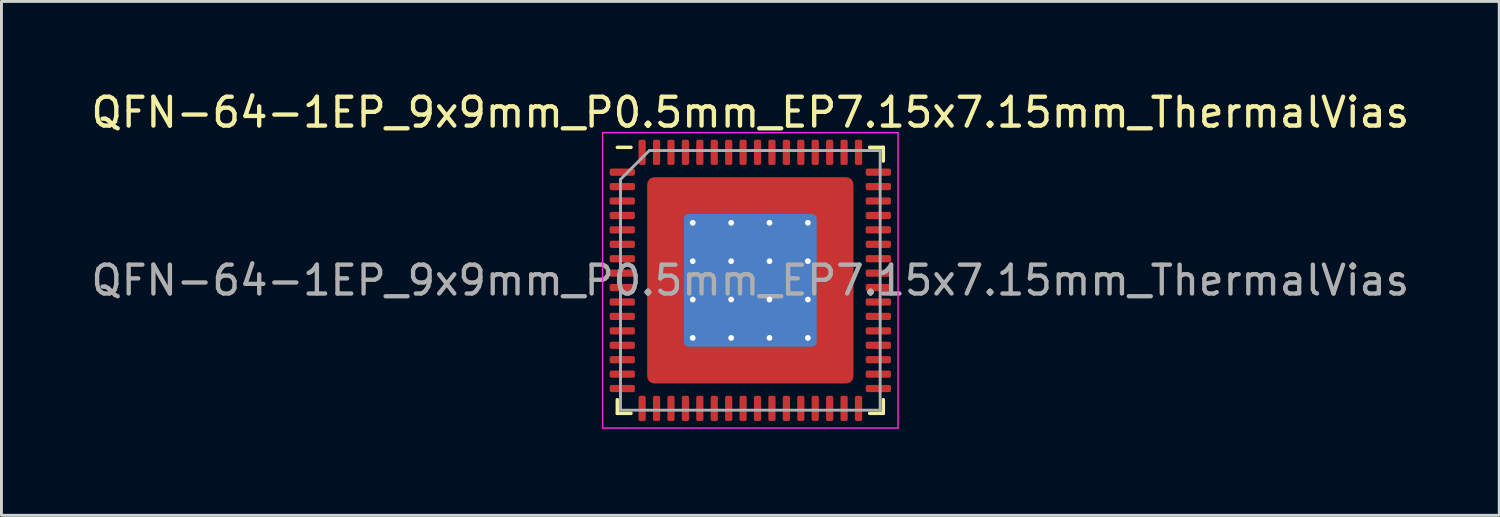
<source format=kicad_pcb>
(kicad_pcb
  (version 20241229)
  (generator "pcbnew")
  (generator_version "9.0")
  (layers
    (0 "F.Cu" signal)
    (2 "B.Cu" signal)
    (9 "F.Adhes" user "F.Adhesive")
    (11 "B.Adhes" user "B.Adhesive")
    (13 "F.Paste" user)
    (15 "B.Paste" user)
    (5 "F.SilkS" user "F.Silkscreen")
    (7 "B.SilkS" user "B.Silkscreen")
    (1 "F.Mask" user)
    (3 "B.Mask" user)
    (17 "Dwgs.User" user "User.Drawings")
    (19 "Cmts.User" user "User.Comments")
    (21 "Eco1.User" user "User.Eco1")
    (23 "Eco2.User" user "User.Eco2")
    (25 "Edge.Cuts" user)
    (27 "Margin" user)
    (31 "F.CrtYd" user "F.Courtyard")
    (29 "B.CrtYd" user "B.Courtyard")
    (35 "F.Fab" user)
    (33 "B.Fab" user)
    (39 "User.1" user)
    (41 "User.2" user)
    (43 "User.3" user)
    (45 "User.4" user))
  (footprint "QFN-64-1EP_9x9mm_P0.5mm_EP7.15x7.15mm_ThermalVias"
    (layer "F.Cu")
    (at 22.958 6.668)
    (property "Reference" "QFN-64-1EP_9x9mm_P0.5mm_EP7.15x7.15mm_ThermalVias" (at 0 -5.82 0) (layer "F.SilkS") (effects (font (size 1 1) (thickness 0.15))))
    (attr smd)
    (fp_line (start -4.61 4.61) (end -4.61 4.135) (stroke (width 0.12) (type solid)) (layer "F.SilkS"))
    (fp_line (start -4.135 -4.61) (end -4.61 -4.61) (stroke (width 0.12) (type solid)) (layer "F.SilkS"))
    (fp_line (start -4.135 4.61) (end -4.61 4.61) (stroke (width 0.12) (type solid)) (layer "F.SilkS"))
    (fp_line (start 4.135 -4.61) (end 4.61 -4.61) (stroke (width 0.12) (type solid)) (layer "F.SilkS"))
    (fp_line (start 4.135 4.61) (end 4.61 4.61) (stroke (width 0.12) (type solid)) (layer "F.SilkS"))
    (fp_line (start 4.61 -4.61) (end 4.61 -4.135) (stroke (width 0.12) (type solid)) (layer "F.SilkS"))
    (fp_line (start 4.61 4.61) (end 4.61 4.135) (stroke (width 0.12) (type solid)) (layer "F.SilkS"))
    (fp_line (start -5.12 -5.12) (end -5.12 5.12) (stroke (width 0.05) (type solid)) (layer "F.CrtYd"))
    (fp_line (start -5.12 5.12) (end 5.12 5.12) (stroke (width 0.05) (type solid)) (layer "F.CrtYd"))
    (fp_line (start 5.12 -5.12) (end -5.12 -5.12) (stroke (width 0.05) (type solid)) (layer "F.CrtYd"))
    (fp_line (start 5.12 5.12) (end 5.12 -5.12) (stroke (width 0.05) (type solid)) (layer "F.CrtYd"))
    (fp_line (start -4.5 -3.5) (end -3.5 -4.5) (stroke (width 0.1) (type solid)) (layer "F.Fab"))
    (fp_line (start -4.5 4.5) (end -4.5 -3.5) (stroke (width 0.1) (type solid)) (layer "F.Fab"))
    (fp_line (start -3.5 -4.5) (end 4.5 -4.5) (stroke (width 0.1) (type solid)) (layer "F.Fab"))
    (fp_line (start 4.5 -4.5) (end 4.5 4.5) (stroke (width 0.1) (type solid)) (layer "F.Fab"))
    (fp_line (start 4.5 4.5) (end -4.5 4.5) (stroke (width 0.1) (type solid)) (layer "F.Fab"))
    (fp_text user "${REFERENCE}" (at 0 0 0) (layer "F.Fab") (effects (font (size 1 1) (thickness 0.15))))
    (pad "" smd roundrect (at -2.66 -2.66) (size 1.153 1.153) (layers "F.Paste") (roundrect_rratio 0.217))
    (pad "" smd roundrect (at -2.66 -1.33) (size 1.153 1.153) (layers "F.Paste") (roundrect_rratio 0.217))
    (pad "" smd roundrect (at -2.66 0) (size 1.153 1.153) (layers "F.Paste") (roundrect_rratio 0.217))
    (pad "" smd roundrect (at -2.66 1.33) (size 1.153 1.153) (layers "F.Paste") (roundrect_rratio 0.217))
    (pad "" smd roundrect (at -2.66 2.66) (size 1.153 1.153) (layers "F.Paste") (roundrect_rratio 0.217))
    (pad "" smd roundrect (at -1.33 -2.66) (size 1.153 1.153) (layers "F.Paste") (roundrect_rratio 0.217))
    (pad "" smd roundrect (at -1.33 -1.33) (size 1.153 1.153) (layers "F.Paste") (roundrect_rratio 0.217))
    (pad "" smd roundrect (at -1.33 0) (size 1.153 1.153) (layers "F.Paste") (roundrect_rratio 0.217))
    (pad "" smd roundrect (at -1.33 1.33) (size 1.153 1.153) (layers "F.Paste") (roundrect_rratio 0.217))
    (pad "" smd roundrect (at -1.33 2.66) (size 1.153 1.153) (layers "F.Paste") (roundrect_rratio 0.217))
    (pad "" smd roundrect (at 0 -2.66) (size 1.153 1.153) (layers "F.Paste") (roundrect_rratio 0.217))
    (pad "" smd roundrect (at 0 -1.33) (size 1.153 1.153) (layers "F.Paste") (roundrect_rratio 0.217))
    (pad "" smd roundrect (at 0 0) (size 1.153 1.153) (layers "F.Paste") (roundrect_rratio 0.217))
    (pad "" smd roundrect (at 0 1.33) (size 1.153 1.153) (layers "F.Paste") (roundrect_rratio 0.217))
    (pad "" smd roundrect (at 0 2.66) (size 1.153 1.153) (layers "F.Paste") (roundrect_rratio 0.217))
    (pad "" smd roundrect (at 1.33 -2.66) (size 1.153 1.153) (layers "F.Paste") (roundrect_rratio 0.217))
    (pad "" smd roundrect (at 1.33 -1.33) (size 1.153 1.153) (layers "F.Paste") (roundrect_rratio 0.217))
    (pad "" smd roundrect (at 1.33 0) (size 1.153 1.153) (layers "F.Paste") (roundrect_rratio 0.217))
    (pad "" smd roundrect (at 1.33 1.33) (size 1.153 1.153) (layers "F.Paste") (roundrect_rratio 0.217))
    (pad "" smd roundrect (at 1.33 2.66) (size 1.153 1.153) (layers "F.Paste") (roundrect_rratio 0.217))
    (pad "" smd roundrect (at 2.66 -2.66) (size 1.153 1.153) (layers "F.Paste") (roundrect_rratio 0.217))
    (pad "" smd roundrect (at 2.66 -1.33) (size 1.153 1.153) (layers "F.Paste") (roundrect_rratio 0.217))
    (pad "" smd roundrect (at 2.66 0) (size 1.153 1.153) (layers "F.Paste") (roundrect_rratio 0.217))
    (pad "" smd roundrect (at 2.66 1.33) (size 1.153 1.153) (layers "F.Paste") (roundrect_rratio 0.217))
    (pad "" smd roundrect (at 2.66 2.66) (size 1.153 1.153) (layers "F.Paste") (roundrect_rratio 0.217))
    (pad "1" smd roundrect (at -4.438 -3.75) (size 0.875 0.25) (layers "F.Cu" "F.Mask" "F.Paste") (roundrect_rratio 0.25))
    (pad "2" smd roundrect (at -4.438 -3.25) (size 0.875 0.25) (layers "F.Cu" "F.Mask" "F.Paste") (roundrect_rratio 0.25))
    (pad "3" smd roundrect (at -4.438 -2.75) (size 0.875 0.25) (layers "F.Cu" "F.Mask" "F.Paste") (roundrect_rratio 0.25))
    (pad "4" smd roundrect (at -4.438 -2.25) (size 0.875 0.25) (layers "F.Cu" "F.Mask" "F.Paste") (roundrect_rratio 0.25))
    (pad "5" smd roundrect (at -4.438 -1.75) (size 0.875 0.25) (layers "F.Cu" "F.Mask" "F.Paste") (roundrect_rratio 0.25))
    (pad "6" smd roundrect (at -4.438 -1.25) (size 0.875 0.25) (layers "F.Cu" "F.Mask" "F.Paste") (roundrect_rratio 0.25))
    (pad "7" smd roundrect (at -4.438 -0.75) (size 0.875 0.25) (layers "F.Cu" "F.Mask" "F.Paste") (roundrect_rratio 0.25))
    (pad "8" smd roundrect (at -4.438 -0.25) (size 0.875 0.25) (layers "F.Cu" "F.Mask" "F.Paste") (roundrect_rratio 0.25))
    (pad "9" smd roundrect (at -4.438 0.25) (size 0.875 0.25) (layers "F.Cu" "F.Mask" "F.Paste") (roundrect_rratio 0.25))
    (pad "10" smd roundrect (at -4.438 0.75) (size 0.875 0.25) (layers "F.Cu" "F.Mask" "F.Paste") (roundrect_rratio 0.25))
    (pad "11" smd roundrect (at -4.438 1.25) (size 0.875 0.25) (layers "F.Cu" "F.Mask" "F.Paste") (roundrect_rratio 0.25))
    (pad "12" smd roundrect (at -4.438 1.75) (size 0.875 0.25) (layers "F.Cu" "F.Mask" "F.Paste") (roundrect_rratio 0.25))
    (pad "13" smd roundrect (at -4.438 2.25) (size 0.875 0.25) (layers "F.Cu" "F.Mask" "F.Paste") (roundrect_rratio 0.25))
    (pad "14" smd roundrect (at -4.438 2.75) (size 0.875 0.25) (layers "F.Cu" "F.Mask" "F.Paste") (roundrect_rratio 0.25))
    (pad "15" smd roundrect (at -4.438 3.25) (size 0.875 0.25) (layers "F.Cu" "F.Mask" "F.Paste") (roundrect_rratio 0.25))
    (pad "16" smd roundrect (at -4.438 3.75) (size 0.875 0.25) (layers "F.Cu" "F.Mask" "F.Paste") (roundrect_rratio 0.25))
    (pad "17" smd roundrect (at -3.75 4.438) (size 0.25 0.875) (layers "F.Cu" "F.Mask" "F.Paste") (roundrect_rratio 0.25))
    (pad "18" smd roundrect (at -3.25 4.438) (size 0.25 0.875) (layers "F.Cu" "F.Mask" "F.Paste") (roundrect_rratio 0.25))
    (pad "19" smd roundrect (at -2.75 4.438) (size 0.25 0.875) (layers "F.Cu" "F.Mask" "F.Paste") (roundrect_rratio 0.25))
    (pad "20" smd roundrect (at -2.25 4.438) (size 0.25 0.875) (layers "F.Cu" "F.Mask" "F.Paste") (roundrect_rratio 0.25))
    (pad "21" smd roundrect (at -1.75 4.438) (size 0.25 0.875) (layers "F.Cu" "F.Mask" "F.Paste") (roundrect_rratio 0.25))
    (pad "22" smd roundrect (at -1.25 4.438) (size 0.25 0.875) (layers "F.Cu" "F.Mask" "F.Paste") (roundrect_rratio 0.25))
    (pad "23" smd roundrect (at -0.75 4.438) (size 0.25 0.875) (layers "F.Cu" "F.Mask" "F.Paste") (roundrect_rratio 0.25))
    (pad "24" smd roundrect (at -0.25 4.438) (size 0.25 0.875) (layers "F.Cu" "F.Mask" "F.Paste") (roundrect_rratio 0.25))
    (pad "25" smd roundrect (at 0.25 4.438) (size 0.25 0.875) (layers "F.Cu" "F.Mask" "F.Paste") (roundrect_rratio 0.25))
    (pad "26" smd roundrect (at 0.75 4.438) (size 0.25 0.875) (layers "F.Cu" "F.Mask" "F.Paste") (roundrect_rratio 0.25))
    (pad "27" smd roundrect (at 1.25 4.438) (size 0.25 0.875) (layers "F.Cu" "F.Mask" "F.Paste") (roundrect_rratio 0.25))
    (pad "28" smd roundrect (at 1.75 4.438) (size 0.25 0.875) (layers "F.Cu" "F.Mask" "F.Paste") (roundrect_rratio 0.25))
    (pad "29" smd roundrect (at 2.25 4.438) (size 0.25 0.875) (layers "F.Cu" "F.Mask" "F.Paste") (roundrect_rratio 0.25))
    (pad "30" smd roundrect (at 2.75 4.438) (size 0.25 0.875) (layers "F.Cu" "F.Mask" "F.Paste") (roundrect_rratio 0.25))
    (pad "31" smd roundrect (at 3.25 4.438) (size 0.25 0.875) (layers "F.Cu" "F.Mask" "F.Paste") (roundrect_rratio 0.25))
    (pad "32" smd roundrect (at 3.75 4.438) (size 0.25 0.875) (layers "F.Cu" "F.Mask" "F.Paste") (roundrect_rratio 0.25))
    (pad "33" smd roundrect (at 4.438 3.75) (size 0.875 0.25) (layers "F.Cu" "F.Mask" "F.Paste") (roundrect_rratio 0.25))
    (pad "34" smd roundrect (at 4.438 3.25) (size 0.875 0.25) (layers "F.Cu" "F.Mask" "F.Paste") (roundrect_rratio 0.25))
    (pad "35" smd roundrect (at 4.438 2.75) (size 0.875 0.25) (layers "F.Cu" "F.Mask" "F.Paste") (roundrect_rratio 0.25))
    (pad "36" smd roundrect (at 4.438 2.25) (size 0.875 0.25) (layers "F.Cu" "F.Mask" "F.Paste") (roundrect_rratio 0.25))
    (pad "37" smd roundrect (at 4.438 1.75) (size 0.875 0.25) (layers "F.Cu" "F.Mask" "F.Paste") (roundrect_rratio 0.25))
    (pad "38" smd roundrect (at 4.438 1.25) (size 0.875 0.25) (layers "F.Cu" "F.Mask" "F.Paste") (roundrect_rratio 0.25))
    (pad "39" smd roundrect (at 4.438 0.75) (size 0.875 0.25) (layers "F.Cu" "F.Mask" "F.Paste") (roundrect_rratio 0.25))
    (pad "40" smd roundrect (at 4.438 0.25) (size 0.875 0.25) (layers "F.Cu" "F.Mask" "F.Paste") (roundrect_rratio 0.25))
    (pad "41" smd roundrect (at 4.438 -0.25) (size 0.875 0.25) (layers "F.Cu" "F.Mask" "F.Paste") (roundrect_rratio 0.25))
    (pad "42" smd roundrect (at 4.438 -0.75) (size 0.875 0.25) (layers "F.Cu" "F.Mask" "F.Paste") (roundrect_rratio 0.25))
    (pad "43" smd roundrect (at 4.438 -1.25) (size 0.875 0.25) (layers "F.Cu" "F.Mask" "F.Paste") (roundrect_rratio 0.25))
    (pad "44" smd roundrect (at 4.438 -1.75) (size 0.875 0.25) (layers "F.Cu" "F.Mask" "F.Paste") (roundrect_rratio 0.25))
    (pad "45" smd roundrect (at 4.438 -2.25) (size 0.875 0.25) (layers "F.Cu" "F.Mask" "F.Paste") (roundrect_rratio 0.25))
    (pad "46" smd roundrect (at 4.438 -2.75) (size 0.875 0.25) (layers "F.Cu" "F.Mask" "F.Paste") (roundrect_rratio 0.25))
    (pad "47" smd roundrect (at 4.438 -3.25) (size 0.875 0.25) (layers "F.Cu" "F.Mask" "F.Paste") (roundrect_rratio 0.25))
    (pad "48" smd roundrect (at 4.438 -3.75) (size 0.875 0.25) (layers "F.Cu" "F.Mask" "F.Paste") (roundrect_rratio 0.25))
    (pad "49" smd roundrect (at 3.75 -4.438) (size 0.25 0.875) (layers "F.Cu" "F.Mask" "F.Paste") (roundrect_rratio 0.25))
    (pad "50" smd roundrect (at 3.25 -4.438) (size 0.25 0.875) (layers "F.Cu" "F.Mask" "F.Paste") (roundrect_rratio 0.25))
    (pad "51" smd roundrect (at 2.75 -4.438) (size 0.25 0.875) (layers "F.Cu" "F.Mask" "F.Paste") (roundrect_rratio 0.25))
    (pad "52" smd roundrect (at 2.25 -4.438) (size 0.25 0.875) (layers "F.Cu" "F.Mask" "F.Paste") (roundrect_rratio 0.25))
    (pad "53" smd roundrect (at 1.75 -4.438) (size 0.25 0.875) (layers "F.Cu" "F.Mask" "F.Paste") (roundrect_rratio 0.25))
    (pad "54" smd roundrect (at 1.25 -4.438) (size 0.25 0.875) (layers "F.Cu" "F.Mask" "F.Paste") (roundrect_rratio 0.25))
    (pad "55" smd roundrect (at 0.75 -4.438) (size 0.25 0.875) (layers "F.Cu" "F.Mask" "F.Paste") (roundrect_rratio 0.25))
    (pad "56" smd roundrect (at 0.25 -4.438) (size 0.25 0.875) (layers "F.Cu" "F.Mask" "F.Paste") (roundrect_rratio 0.25))
    (pad "57" smd roundrect (at -0.25 -4.438) (size 0.25 0.875) (layers "F.Cu" "F.Mask" "F.Paste") (roundrect_rratio 0.25))
    (pad "58" smd roundrect (at -0.75 -4.438) (size 0.25 0.875) (layers "F.Cu" "F.Mask" "F.Paste") (roundrect_rratio 0.25))
    (pad "59" smd roundrect (at -1.25 -4.438) (size 0.25 0.875) (layers "F.Cu" "F.Mask" "F.Paste") (roundrect_rratio 0.25))
    (pad "60" smd roundrect (at -1.75 -4.438) (size 0.25 0.875) (layers "F.Cu" "F.Mask" "F.Paste") (roundrect_rratio 0.25))
    (pad "61" smd roundrect (at -2.25 -4.438) (size 0.25 0.875) (layers "F.Cu" "F.Mask" "F.Paste") (roundrect_rratio 0.25))
    (pad "62" smd roundrect (at -2.75 -4.438) (size 0.25 0.875) (layers "F.Cu" "F.Mask" "F.Paste") (roundrect_rratio 0.25))
    (pad "63" smd roundrect (at -3.25 -4.438) (size 0.25 0.875) (layers "F.Cu" "F.Mask" "F.Paste") (roundrect_rratio 0.25))
    (pad "64" smd roundrect (at -3.75 -4.438) (size 0.25 0.875) (layers "F.Cu" "F.Mask" "F.Paste") (roundrect_rratio 0.25))
    (pad "65" thru_hole circle (at -1.995 -1.995) (size 0.5 0.5) (drill 0.2) (layers "*.Cu"))
    (pad "65" thru_hole circle (at -1.995 -0.665) (size 0.5 0.5) (drill 0.2) (layers "*.Cu"))
    (pad "65" thru_hole circle (at -1.995 0.665) (size 0.5 0.5) (drill 0.2) (layers "*.Cu"))
    (pad "65" thru_hole circle (at -1.995 1.995) (size 0.5 0.5) (drill 0.2) (layers "*.Cu"))
    (pad "65" thru_hole circle (at -0.665 -1.995) (size 0.5 0.5) (drill 0.2) (layers "*.Cu"))
    (pad "65" thru_hole circle (at -0.665 -0.665) (size 0.5 0.5) (drill 0.2) (layers "*.Cu"))
    (pad "65" thru_hole circle (at -0.665 0.665) (size 0.5 0.5) (drill 0.2) (layers "*.Cu"))
    (pad "65" thru_hole circle (at -0.665 1.995) (size 0.5 0.5) (drill 0.2) (layers "*.Cu"))
    (pad "65" smd roundrect (at 0 0) (size 4.6 4.6) (layers "B.Cu") (roundrect_rratio 0.035))
    (pad "65" smd roundrect (at 0 0) (size 7.15 7.15) (layers "F.Cu" "F.Mask") (roundrect_rratio 0.035))
    (pad "65" thru_hole circle (at 0.665 -1.995) (size 0.5 0.5) (drill 0.2) (layers "*.Cu"))
    (pad "65" thru_hole circle (at 0.665 -0.665) (size 0.5 0.5) (drill 0.2) (layers "*.Cu"))
    (pad "65" thru_hole circle (at 0.665 0.665) (size 0.5 0.5) (drill 0.2) (layers "*.Cu"))
    (pad "65" thru_hole circle (at 0.665 1.995) (size 0.5 0.5) (drill 0.2) (layers "*.Cu"))
    (pad "65" thru_hole circle (at 1.995 -1.995) (size 0.5 0.5) (drill 0.2) (layers "*.Cu"))
    (pad "65" thru_hole circle (at 1.995 -0.665) (size 0.5 0.5) (drill 0.2) (layers "*.Cu"))
    (pad "65" thru_hole circle (at 1.995 0.665) (size 0.5 0.5) (drill 0.2) (layers "*.Cu"))
    (pad "65" thru_hole circle (at 1.995 1.995) (size 0.5 0.5) (drill 0.2) (layers "*.Cu")))
  (gr_rect
    (start -3 -3)
    (end 48.917 14.813)
    (stroke (width 0.1) (type default))
    (fill no)
    (layer "Edge.Cuts")))
</source>
